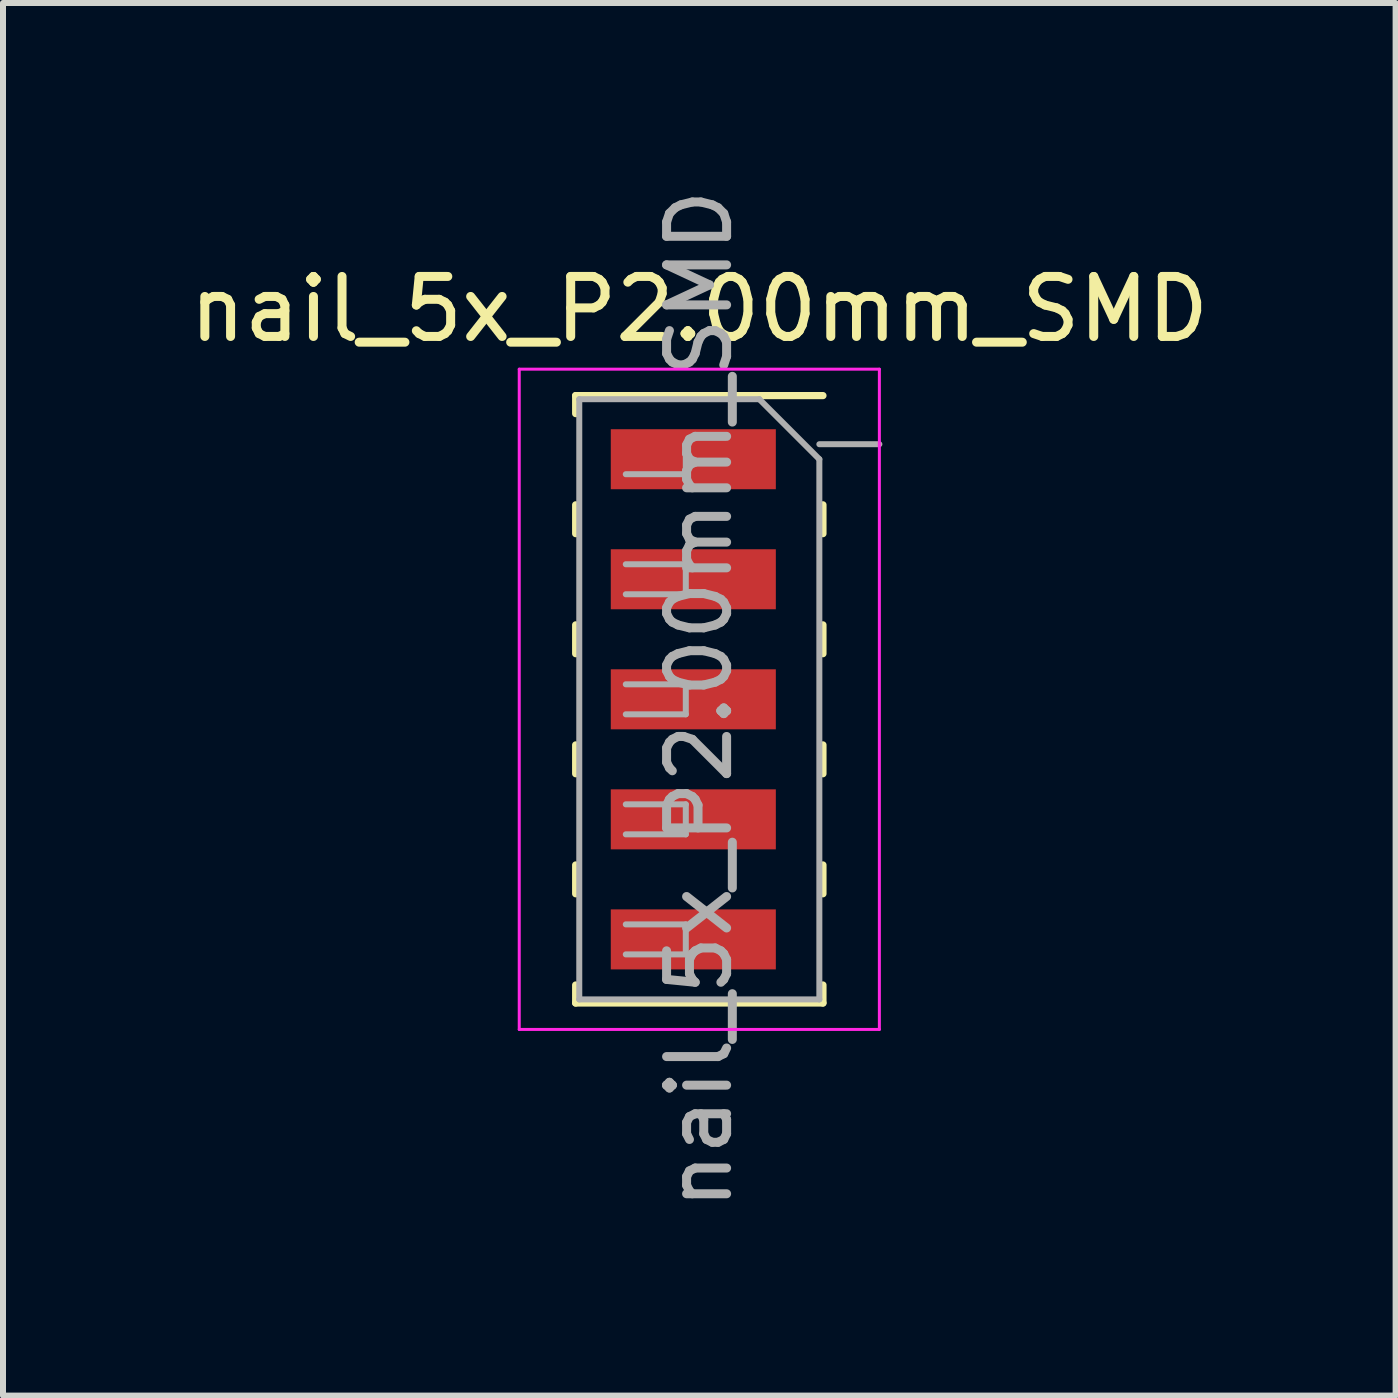
<source format=kicad_pcb>
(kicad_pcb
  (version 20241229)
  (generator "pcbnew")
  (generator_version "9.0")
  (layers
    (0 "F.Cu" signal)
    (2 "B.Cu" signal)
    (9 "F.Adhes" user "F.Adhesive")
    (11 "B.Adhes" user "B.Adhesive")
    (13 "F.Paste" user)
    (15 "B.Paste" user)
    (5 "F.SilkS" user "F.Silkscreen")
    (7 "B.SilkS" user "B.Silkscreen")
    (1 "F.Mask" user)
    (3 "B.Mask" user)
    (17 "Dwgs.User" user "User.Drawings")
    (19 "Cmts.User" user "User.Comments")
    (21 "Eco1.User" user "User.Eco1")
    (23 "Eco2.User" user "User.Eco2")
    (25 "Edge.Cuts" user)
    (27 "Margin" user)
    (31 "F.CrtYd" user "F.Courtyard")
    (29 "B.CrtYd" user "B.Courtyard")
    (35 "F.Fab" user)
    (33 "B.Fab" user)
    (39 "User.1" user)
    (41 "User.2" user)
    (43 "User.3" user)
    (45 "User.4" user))
  (footprint "nail_5x_P2.00mm_SMD"
    (layer "F.Cu")
    (at 8.601 8.601)
    (property "Reference" "nail_5x_P2.00mm_SMD" (at 0 -6.5 0) (layer "F.SilkS") (effects (font (size 1 1) (thickness 0.15))))
    (attr smd)
    (fp_line (start -2.06 -5.06) (end -2.06 -4.76) (stroke (width 0.12) (type solid)) (layer "F.SilkS"))
    (fp_line (start -2.06 -5.06) (end 2.06 -5.06) (stroke (width 0.12) (type solid)) (layer "F.SilkS"))
    (fp_line (start -2.06 -3.24) (end -2.06 -2.76) (stroke (width 0.12) (type solid)) (layer "F.SilkS"))
    (fp_line (start -2.06 -1.24) (end -2.06 -0.76) (stroke (width 0.12) (type solid)) (layer "F.SilkS"))
    (fp_line (start -2.06 0.76) (end -2.06 1.24) (stroke (width 0.12) (type solid)) (layer "F.SilkS"))
    (fp_line (start -2.06 2.76) (end -2.06 3.24) (stroke (width 0.12) (type solid)) (layer "F.SilkS"))
    (fp_line (start -2.06 4.76) (end -2.06 5.06) (stroke (width 0.12) (type solid)) (layer "F.SilkS"))
    (fp_line (start -2.06 5.06) (end 2.06 5.06) (stroke (width 0.12) (type solid)) (layer "F.SilkS"))
    (fp_line (start 2.06 -3.24) (end 2.06 -2.76) (stroke (width 0.12) (type solid)) (layer "F.SilkS"))
    (fp_line (start 2.06 -1.24) (end 2.06 -0.76) (stroke (width 0.12) (type solid)) (layer "F.SilkS"))
    (fp_line (start 2.06 0.76) (end 2.06 1.24) (stroke (width 0.12) (type solid)) (layer "F.SilkS"))
    (fp_line (start 2.06 2.76) (end 2.06 3.24) (stroke (width 0.12) (type solid)) (layer "F.SilkS"))
    (fp_line (start 2.06 4.76) (end 2.06 5.06) (stroke (width 0.12) (type solid)) (layer "F.SilkS"))
    (fp_line (start -3 -5.5) (end 3 -5.5) (stroke (width 0.05) (type solid)) (layer "F.CrtYd"))
    (fp_line (start -3 5.5) (end -3 -5.5) (stroke (width 0.05) (type solid)) (layer "F.CrtYd"))
    (fp_line (start 3 -5.5) (end 3 5.5) (stroke (width 0.05) (type solid)) (layer "F.CrtYd"))
    (fp_line (start 3 5.5) (end -3 5.5) (stroke (width 0.05) (type solid)) (layer "F.CrtYd"))
    (fp_line (start -2 -5) (end 1 -5) (stroke (width 0.1) (type solid)) (layer "F.Fab"))
    (fp_line (start -2 5) (end -2 -5) (stroke (width 0.1) (type solid)) (layer "F.Fab"))
    (fp_line (start -1.225 -2.25) (end -0.225 -2.25) (stroke (width 0.1) (type solid)) (layer "F.Fab"))
    (fp_line (start -1.225 -0.25) (end -0.225 -0.25) (stroke (width 0.1) (type solid)) (layer "F.Fab"))
    (fp_line (start -1.225 1.75) (end -0.225 1.75) (stroke (width 0.1) (type solid)) (layer "F.Fab"))
    (fp_line (start -1.225 3.75) (end -0.225 3.75) (stroke (width 0.1) (type solid)) (layer "F.Fab"))
    (fp_line (start -0.225 -4.25) (end -0.225 -3.75) (stroke (width 0.1) (type solid)) (layer "F.Fab"))
    (fp_line (start -0.225 -3.75) (end -1.225 -3.75) (stroke (width 0.1) (type solid)) (layer "F.Fab"))
    (fp_line (start -0.225 -2.25) (end -0.225 -1.75) (stroke (width 0.1) (type solid)) (layer "F.Fab"))
    (fp_line (start -0.225 -1.75) (end -1.225 -1.75) (stroke (width 0.1) (type solid)) (layer "F.Fab"))
    (fp_line (start -0.225 -0.25) (end -0.225 0.25) (stroke (width 0.1) (type solid)) (layer "F.Fab"))
    (fp_line (start -0.225 0.25) (end -1.225 0.25) (stroke (width 0.1) (type solid)) (layer "F.Fab"))
    (fp_line (start -0.225 1.75) (end -0.225 2.25) (stroke (width 0.1) (type solid)) (layer "F.Fab"))
    (fp_line (start -0.225 2.25) (end -1.225 2.25) (stroke (width 0.1) (type solid)) (layer "F.Fab"))
    (fp_line (start -0.225 3.75) (end -0.225 4.25) (stroke (width 0.1) (type solid)) (layer "F.Fab"))
    (fp_line (start -0.225 4.25) (end -1.225 4.25) (stroke (width 0.1) (type solid)) (layer "F.Fab"))
    (fp_line (start 1 -5) (end 2 -4) (stroke (width 0.1) (type solid)) (layer "F.Fab"))
    (fp_line (start 2 -4.25) (end 3 -4.25) (stroke (width 0.1) (type solid)) (layer "F.Fab"))
    (fp_line (start 2 -4) (end 2 5) (stroke (width 0.1) (type solid)) (layer "F.Fab"))
    (fp_line (start 2 5) (end -2 5) (stroke (width 0.1) (type solid)) (layer "F.Fab"))
    (fp_text user "${REFERENCE}" (at 0 0 90) (layer "F.Fab") (effects (font (size 1 1) (thickness 0.15))))
    (pad "1" smd rect (at -0.1 -4) (size 2.75 1) (layers "F.Cu" "F.Mask" "F.Paste"))
    (pad "2" smd rect (at -0.1 -2) (size 2.75 1) (layers "F.Cu" "F.Mask" "F.Paste"))
    (pad "3" smd rect (at -0.1 0) (size 2.75 1) (layers "F.Cu" "F.Mask" "F.Paste"))
    (pad "4" smd rect (at -0.1 2) (size 2.75 1) (layers "F.Cu" "F.Mask" "F.Paste"))
    (pad "5" smd rect (at -0.1 4) (size 2.75 1) (layers "F.Cu" "F.Mask" "F.Paste")))
  (gr_rect
    (start -3 -3)
    (end 20.202 20.202)
    (stroke (width 0.1) (type default))
    (fill no)
    (layer "Edge.Cuts")))
</source>
